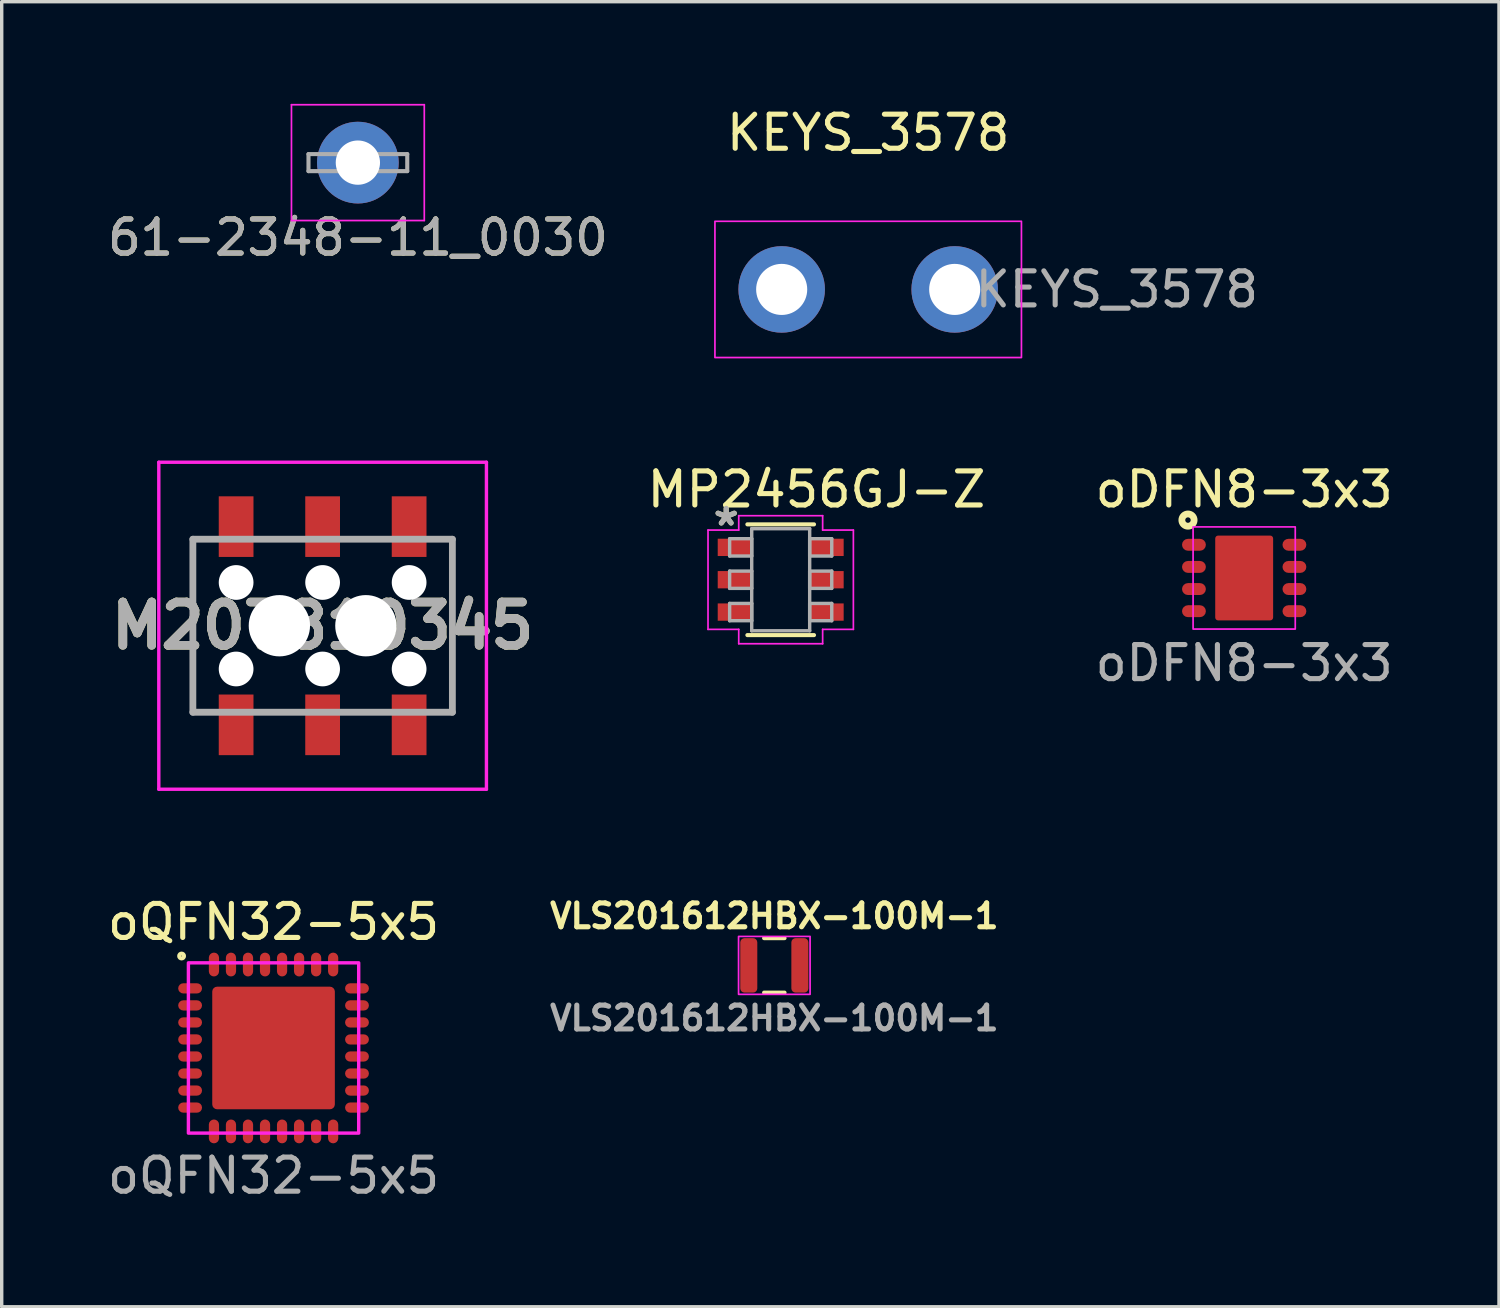
<source format=kicad_pcb>
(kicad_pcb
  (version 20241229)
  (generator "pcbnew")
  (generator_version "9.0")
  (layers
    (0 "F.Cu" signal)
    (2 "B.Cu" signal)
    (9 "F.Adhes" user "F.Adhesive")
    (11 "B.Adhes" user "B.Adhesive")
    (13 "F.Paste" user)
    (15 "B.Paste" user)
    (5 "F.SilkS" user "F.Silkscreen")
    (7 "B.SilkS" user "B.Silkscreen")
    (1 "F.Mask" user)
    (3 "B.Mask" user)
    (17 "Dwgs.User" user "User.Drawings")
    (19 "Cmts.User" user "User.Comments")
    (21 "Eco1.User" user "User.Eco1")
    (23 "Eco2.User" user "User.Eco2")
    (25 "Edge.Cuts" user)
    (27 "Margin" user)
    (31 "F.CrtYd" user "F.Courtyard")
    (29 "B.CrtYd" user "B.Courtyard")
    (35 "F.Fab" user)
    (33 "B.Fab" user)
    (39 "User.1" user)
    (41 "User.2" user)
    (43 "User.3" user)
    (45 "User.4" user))
  (footprint "MP2456GJ-Z"
    (layer "F.Cu")
    (at 19.873 13.972)
    (property "Reference" "MP2456GJ-Z" (at 1.05 -2.65 0) (layer "F.SilkS") (effects (font (size 1 1) (thickness 0.15))))
    (attr through_hole)
    (fp_line (start -0.978 1.626) (end 0.978 1.626) (stroke (width 0.12) (type solid)) (layer "F.SilkS"))
    (fp_line (start 0.978 -1.626) (end -0.978 -1.626) (stroke (width 0.12) (type solid)) (layer "F.SilkS"))
    (fp_line (start -2.134 -1.458) (end -1.232 -1.458) (stroke (width 0.05) (type solid)) (layer "F.CrtYd"))
    (fp_line (start -2.134 1.458) (end -2.134 -1.458) (stroke (width 0.05) (type solid)) (layer "F.CrtYd"))
    (fp_line (start -1.232 -1.88) (end 1.232 -1.88) (stroke (width 0.05) (type solid)) (layer "F.CrtYd"))
    (fp_line (start -1.232 -1.458) (end -1.232 -1.88) (stroke (width 0.05) (type solid)) (layer "F.CrtYd"))
    (fp_line (start -1.232 1.458) (end -2.134 1.458) (stroke (width 0.05) (type solid)) (layer "F.CrtYd"))
    (fp_line (start -1.232 1.88) (end -1.232 1.458) (stroke (width 0.05) (type solid)) (layer "F.CrtYd"))
    (fp_line (start 1.232 -1.88) (end 1.232 -1.458) (stroke (width 0.05) (type solid)) (layer "F.CrtYd"))
    (fp_line (start 1.232 -1.458) (end 2.134 -1.458) (stroke (width 0.05) (type solid)) (layer "F.CrtYd"))
    (fp_line (start 1.232 1.458) (end 1.232 1.88) (stroke (width 0.05) (type solid)) (layer "F.CrtYd"))
    (fp_line (start 1.232 1.88) (end -1.232 1.88) (stroke (width 0.05) (type solid)) (layer "F.CrtYd"))
    (fp_line (start 2.134 -1.458) (end 2.134 1.458) (stroke (width 0.05) (type solid)) (layer "F.CrtYd"))
    (fp_line (start 2.134 1.458) (end 1.232 1.458) (stroke (width 0.05) (type solid)) (layer "F.CrtYd"))
    (fp_line (start -1.499 -1.204) (end -1.499 -0.696) (stroke (width 0.1) (type solid)) (layer "F.Fab"))
    (fp_line (start -1.499 -0.696) (end -0.851 -0.696) (stroke (width 0.1) (type solid)) (layer "F.Fab"))
    (fp_line (start -1.499 -0.254) (end -1.499 0.254) (stroke (width 0.1) (type solid)) (layer "F.Fab"))
    (fp_line (start -1.499 0.254) (end -0.851 0.254) (stroke (width 0.1) (type solid)) (layer "F.Fab"))
    (fp_line (start -1.499 0.696) (end -1.499 1.204) (stroke (width 0.1) (type solid)) (layer "F.Fab"))
    (fp_line (start -1.499 1.204) (end -0.851 1.204) (stroke (width 0.1) (type solid)) (layer "F.Fab"))
    (fp_line (start -0.851 -1.499) (end -0.851 1.499) (stroke (width 0.1) (type solid)) (layer "F.Fab"))
    (fp_line (start -0.851 -1.204) (end -1.499 -1.204) (stroke (width 0.1) (type solid)) (layer "F.Fab"))
    (fp_line (start -0.851 -0.696) (end -0.851 -1.204) (stroke (width 0.1) (type solid)) (layer "F.Fab"))
    (fp_line (start -0.851 -0.254) (end -1.499 -0.254) (stroke (width 0.1) (type solid)) (layer "F.Fab"))
    (fp_line (start -0.851 0.254) (end -0.851 -0.254) (stroke (width 0.1) (type solid)) (layer "F.Fab"))
    (fp_line (start -0.851 0.696) (end -1.499 0.696) (stroke (width 0.1) (type solid)) (layer "F.Fab"))
    (fp_line (start -0.851 1.204) (end -0.851 0.696) (stroke (width 0.1) (type solid)) (layer "F.Fab"))
    (fp_line (start -0.851 1.499) (end 0.851 1.499) (stroke (width 0.1) (type solid)) (layer "F.Fab"))
    (fp_line (start 0.851 -1.499) (end -0.851 -1.499) (stroke (width 0.1) (type solid)) (layer "F.Fab"))
    (fp_line (start 0.851 -1.204) (end 0.851 -0.696) (stroke (width 0.1) (type solid)) (layer "F.Fab"))
    (fp_line (start 0.851 -0.696) (end 1.499 -0.696) (stroke (width 0.1) (type solid)) (layer "F.Fab"))
    (fp_line (start 0.851 -0.254) (end 0.851 0.254) (stroke (width 0.1) (type solid)) (layer "F.Fab"))
    (fp_line (start 0.851 0.254) (end 1.499 0.254) (stroke (width 0.1) (type solid)) (layer "F.Fab"))
    (fp_line (start 0.851 0.696) (end 0.851 1.204) (stroke (width 0.1) (type solid)) (layer "F.Fab"))
    (fp_line (start 0.851 1.204) (end 1.499 1.204) (stroke (width 0.1) (type solid)) (layer "F.Fab"))
    (fp_line (start 0.851 1.499) (end 0.851 -1.499) (stroke (width 0.1) (type solid)) (layer "F.Fab"))
    (fp_line (start 1.499 -1.204) (end 0.851 -1.204) (stroke (width 0.1) (type solid)) (layer "F.Fab"))
    (fp_line (start 1.499 -0.696) (end 1.499 -1.204) (stroke (width 0.1) (type solid)) (layer "F.Fab"))
    (fp_line (start 1.499 -0.254) (end 0.851 -0.254) (stroke (width 0.1) (type solid)) (layer "F.Fab"))
    (fp_line (start 1.499 0.254) (end 1.499 -0.254) (stroke (width 0.1) (type solid)) (layer "F.Fab"))
    (fp_line (start 1.499 0.696) (end 0.851 0.696) (stroke (width 0.1) (type solid)) (layer "F.Fab"))
    (fp_line (start 1.499 1.204) (end 1.499 0.696) (stroke (width 0.1) (type solid)) (layer "F.Fab"))
    (fp_text user "*" (at -1.6 -1.55 0) (layer "F.SilkS") (effects (font (size 1 1) (thickness 0.15))))
    (fp_text user "*" (at -1.6 -1.55 0) (layer "F.Fab") (effects (font (size 1 1) (thickness 0.15))))
    (pad "1" smd rect (at -1.35 -0.95) (size 0.998 0.508) (layers "F.Cu" "F.Mask" "F.Paste"))
    (pad "2" smd rect (at -1.35 0) (size 0.998 0.508) (layers "F.Cu" "F.Mask" "F.Paste"))
    (pad "3" smd rect (at -1.35 0.95) (size 0.998 0.508) (layers "F.Cu" "F.Mask" "F.Paste"))
    (pad "4" smd rect (at 1.35 0.95) (size 0.998 0.508) (layers "F.Cu" "F.Mask" "F.Paste"))
    (pad "5" smd rect (at 1.35 0) (size 0.998 0.508) (layers "F.Cu" "F.Mask" "F.Paste"))
    (pad "6" smd rect (at 1.35 -0.95) (size 0.998 0.508) (layers "F.Cu" "F.Mask" "F.Paste")))
  (footprint "61-2348-11_0030"
    (layer "F.Cu")
    (at 7.458 1.725)
    (property "Reference" "61-2348-11_0030" (at 0 2.2 0) (layer "F.SilkS") (effects (font (size 1 1) (thickness 0.15))))
    (attr through_hole)
    (fp_line (start -1.95 -1.7) (end -1.95 1.7) (stroke (width 0.05) (type solid)) (layer "F.CrtYd"))
    (fp_line (start -1.95 -1.7) (end 1.95 -1.7) (stroke (width 0.05) (type solid)) (layer "F.CrtYd"))
    (fp_line (start 1.95 1.7) (end -1.95 1.7) (stroke (width 0.05) (type solid)) (layer "F.CrtYd"))
    (fp_line (start 1.95 1.7) (end 1.95 -1.7) (stroke (width 0.05) (type solid)) (layer "F.CrtYd"))
    (fp_line (start -1.45 -0.25) (end 1.45 -0.25) (stroke (width 0.12) (type solid)) (layer "F.Fab"))
    (fp_line (start -1.45 0.25) (end -1.45 -0.25) (stroke (width 0.12) (type solid)) (layer "F.Fab"))
    (fp_line (start 1.45 -0.25) (end 1.45 0.25) (stroke (width 0.12) (type solid)) (layer "F.Fab"))
    (fp_line (start 1.45 0.25) (end -1.45 0.25) (stroke (width 0.12) (type solid)) (layer "F.Fab"))
    (fp_text user "${REFERENCE}" (at 0 2.2 0) (layer "F.Fab") (effects (font (size 1 1) (thickness 0.15))))
    (pad "1" thru_hole circle (at 0 0) (size 2.4 2.4) (drill 1.3) (layers "*.Cu" "*.Mask")))
  (footprint "VLS201612HBX-100M-1"
    (layer "F.Cu")
    (at 19.686 25.296)
    (property "Reference" "VLS201612HBX-100M-1" (at 0 -1.45 0) (unlocked yes) (layer "F.SilkS") (effects (font (size 0.7 0.7) (thickness 0.15))))
    (attr smd)
    (fp_line (start -0.3 -0.8) (end 0.3 -0.8) (stroke (width 0.12) (type solid)) (layer "F.SilkS"))
    (fp_line (start -0.3 0.8) (end 0.3 0.8) (stroke (width 0.12) (type solid)) (layer "F.SilkS"))
    (fp_rect (start -1.05 -0.85) (end 1.05 0.85) (stroke (width 0.05) (type solid)) (fill no) (layer "F.CrtYd"))
    (fp_text user "${REFERENCE}" (at 0 1.55 0) (unlocked yes) (layer "F.Fab") (effects (font (size 0.7 0.7) (thickness 0.15))))
    (pad "1" smd roundrect (at -0.75 0) (size 0.5 1.6) (layers "F.Cu" "F.Mask" "F.Paste") (roundrect_rratio 0.25))
    (pad "2" smd roundrect (at 0.75 0) (size 0.5 1.6) (layers "F.Cu" "F.Mask" "F.Paste") (roundrect_rratio 0.25)))
  (footprint "KEYS_3578"
    (layer "F.Cu")
    (at 22.442 5.448)
    (property "Reference" "KEYS_3578" (at 0 -4.6 0) (unlocked yes) (layer "F.SilkS") (effects (font (size 1 1) (thickness 0.15))))
    (attr smd)
    (fp_rect (start -4.5 -2) (end 4.5 2) (stroke (width 0.05) (type solid)) (fill no) (layer "F.CrtYd"))
    (fp_text user "${REFERENCE}" (at 7.3 0 0) (unlocked yes) (layer "F.Fab") (effects (font (size 1 1) (thickness 0.15))))
    (pad "1" thru_hole circle (at -2.54 0) (size 2.54 2.54) (drill 1.5) (layers "*.Cu" "*.Mask"))
    (pad "1" thru_hole circle (at 2.54 0) (size 2.54 2.54) (drill 1.5) (layers "*.Cu" "*.Mask")))
  (footprint "oQFN32-5x5"
    (layer "F.Cu")
    (at 4.982 27.721)
    (property "Reference" "oQFN32-5x5" (at 0 -3.7 0) (unlocked yes) (layer "F.SilkS") (effects (font (size 1 1) (thickness 0.15))))
    (attr smd)
    (fp_circle (center -2.7 -2.7) (end -2.65 -2.75) (stroke (width 0.12) (type solid)) (fill no) (layer "F.SilkS"))
    (fp_rect (start -2.5 -2.5) (end 2.5 2.5) (stroke (width 0.1) (type solid)) (fill no) (layer "F.CrtYd"))
    (fp_text user "${REFERENCE}" (at 0 3.75 0) (unlocked yes) (layer "F.Fab") (effects (font (size 1 1) (thickness 0.15))))
    (pad "1" smd roundrect (at -2.45 -1.75 90) (size 0.3 0.7) (layers "F.Cu" "F.Mask" "F.Paste") (roundrect_rratio 0.5))
    (pad "2" smd roundrect (at -2.45 -1.25 90) (size 0.3 0.7) (layers "F.Cu" "F.Mask" "F.Paste") (roundrect_rratio 0.5))
    (pad "3" smd roundrect (at -2.45 -0.75 90) (size 0.3 0.7) (layers "F.Cu" "F.Mask" "F.Paste") (roundrect_rratio 0.5))
    (pad "4" smd roundrect (at -2.45 -0.25 90) (size 0.3 0.7) (layers "F.Cu" "F.Mask" "F.Paste") (roundrect_rratio 0.5))
    (pad "5" smd roundrect (at -2.45 0.25 90) (size 0.3 0.7) (layers "F.Cu" "F.Mask" "F.Paste") (roundrect_rratio 0.5))
    (pad "6" smd roundrect (at -2.45 0.75 90) (size 0.3 0.7) (layers "F.Cu" "F.Mask" "F.Paste") (roundrect_rratio 0.5))
    (pad "7" smd roundrect (at -2.45 1.25 90) (size 0.3 0.7) (layers "F.Cu" "F.Mask" "F.Paste") (roundrect_rratio 0.5))
    (pad "8" smd roundrect (at -2.45 1.75 90) (size 0.3 0.7) (layers "F.Cu" "F.Mask" "F.Paste") (roundrect_rratio 0.5))
    (pad "9" smd roundrect (at -1.75 2.45) (size 0.3 0.7) (layers "F.Cu" "F.Mask" "F.Paste") (roundrect_rratio 0.5))
    (pad "10" smd roundrect (at -1.25 2.45) (size 0.3 0.7) (layers "F.Cu" "F.Mask" "F.Paste") (roundrect_rratio 0.5))
    (pad "11" smd roundrect (at -0.75 2.45) (size 0.3 0.7) (layers "F.Cu" "F.Mask" "F.Paste") (roundrect_rratio 0.5))
    (pad "12" smd roundrect (at -0.25 2.45) (size 0.3 0.7) (layers "F.Cu" "F.Mask" "F.Paste") (roundrect_rratio 0.5))
    (pad "13" smd roundrect (at 0.25 2.45) (size 0.3 0.7) (layers "F.Cu" "F.Mask" "F.Paste") (roundrect_rratio 0.5))
    (pad "14" smd roundrect (at 0.75 2.45) (size 0.3 0.7) (layers "F.Cu" "F.Mask" "F.Paste") (roundrect_rratio 0.5))
    (pad "15" smd roundrect (at 1.25 2.45) (size 0.3 0.7) (layers "F.Cu" "F.Mask" "F.Paste") (roundrect_rratio 0.5))
    (pad "16" smd roundrect (at 1.75 2.45) (size 0.3 0.7) (layers "F.Cu" "F.Mask" "F.Paste") (roundrect_rratio 0.5))
    (pad "17" smd roundrect (at 2.45 1.75 90) (size 0.3 0.7) (layers "F.Cu" "F.Mask" "F.Paste") (roundrect_rratio 0.5))
    (pad "18" smd roundrect (at 2.45 1.25 90) (size 0.3 0.7) (layers "F.Cu" "F.Mask" "F.Paste") (roundrect_rratio 0.5))
    (pad "19" smd roundrect (at 2.45 0.75 90) (size 0.3 0.7) (layers "F.Cu" "F.Mask" "F.Paste") (roundrect_rratio 0.5))
    (pad "20" smd roundrect (at 2.45 0.25 90) (size 0.3 0.7) (layers "F.Cu" "F.Mask" "F.Paste") (roundrect_rratio 0.5))
    (pad "21" smd roundrect (at 2.45 -0.25 90) (size 0.3 0.7) (layers "F.Cu" "F.Mask" "F.Paste") (roundrect_rratio 0.5))
    (pad "22" smd roundrect (at 2.45 -0.75 90) (size 0.3 0.7) (layers "F.Cu" "F.Mask" "F.Paste") (roundrect_rratio 0.5))
    (pad "23" smd roundrect (at 2.45 -1.25 90) (size 0.3 0.7) (layers "F.Cu" "F.Mask" "F.Paste") (roundrect_rratio 0.5))
    (pad "24" smd roundrect (at 2.45 -1.75 90) (size 0.3 0.7) (layers "F.Cu" "F.Mask" "F.Paste") (roundrect_rratio 0.5))
    (pad "25" smd roundrect (at 1.75 -2.45) (size 0.3 0.7) (layers "F.Cu" "F.Mask" "F.Paste") (roundrect_rratio 0.5))
    (pad "26" smd roundrect (at 1.25 -2.45) (size 0.3 0.7) (layers "F.Cu" "F.Mask" "F.Paste") (roundrect_rratio 0.5))
    (pad "27" smd roundrect (at 0.75 -2.45) (size 0.3 0.7) (layers "F.Cu" "F.Mask" "F.Paste") (roundrect_rratio 0.5))
    (pad "28" smd roundrect (at 0.25 -2.45) (size 0.3 0.7) (layers "F.Cu" "F.Mask" "F.Paste") (roundrect_rratio 0.5))
    (pad "29" smd roundrect (at -0.25 -2.45) (size 0.3 0.7) (layers "F.Cu" "F.Mask" "F.Paste") (roundrect_rratio 0.5))
    (pad "30" smd roundrect (at -0.75 -2.45) (size 0.3 0.7) (layers "F.Cu" "F.Mask" "F.Paste") (roundrect_rratio 0.5))
    (pad "31" smd roundrect (at -1.25 -2.45) (size 0.3 0.7) (layers "F.Cu" "F.Mask" "F.Paste") (roundrect_rratio 0.5))
    (pad "32" smd roundrect (at -1.75 -2.45) (size 0.3 0.7) (layers "F.Cu" "F.Mask" "F.Paste") (roundrect_rratio 0.5))
    (pad "33" smd roundrect (at 0 0) (size 3.6 3.6) (layers "F.Cu" "F.Mask" "F.Paste") (roundrect_rratio 0.04)))
  (footprint "M207810345"
    (layer "F.Cu")
    (at 6.423 15.323)
    (property "Reference" "M207810345" (at 0 0 0) (layer "F.SilkS") (effects (font (size 1.27 1.27) (thickness 0.254))))
    (attr through_hole)
    (fp_line (start -3.81 -2.54) (end -3.81 2.54) (stroke (width 0.1) (type solid)) (layer "F.SilkS"))
    (fp_line (start 3.81 -2.54) (end 3.81 2.54) (stroke (width 0.1) (type solid)) (layer "F.SilkS"))
    (fp_line (start -4.81 -4.8) (end 4.81 -4.8) (stroke (width 0.1) (type solid)) (layer "F.CrtYd"))
    (fp_line (start -4.81 4.8) (end -4.81 -4.8) (stroke (width 0.1) (type solid)) (layer "F.CrtYd"))
    (fp_line (start 4.81 -4.8) (end 4.81 4.8) (stroke (width 0.1) (type solid)) (layer "F.CrtYd"))
    (fp_line (start 4.81 4.8) (end -4.81 4.8) (stroke (width 0.1) (type solid)) (layer "F.CrtYd"))
    (fp_line (start -3.81 -2.54) (end 3.81 -2.54) (stroke (width 0.2) (type solid)) (layer "F.Fab"))
    (fp_line (start -3.81 2.54) (end -3.81 -2.54) (stroke (width 0.2) (type solid)) (layer "F.Fab"))
    (fp_line (start 3.81 -2.54) (end 3.81 2.54) (stroke (width 0.2) (type solid)) (layer "F.Fab"))
    (fp_line (start 3.81 2.54) (end -3.81 2.54) (stroke (width 0.2) (type solid)) (layer "F.Fab"))
    (fp_text user "${REFERENCE}" (at 0 0 0) (layer "F.Fab") (effects (font (size 1.27 1.27) (thickness 0.254))))
    (pad "" np_thru_hole circle (at -2.54 -1.27) (size 1.02 1.02) (drill 1.02) (layers "*.Cu" "*.Mask"))
    (pad "" np_thru_hole circle (at -2.54 1.27) (size 1.02 1.02) (drill 1.02) (layers "*.Cu" "*.Mask"))
    (pad "" np_thru_hole circle (at -1.27 0) (size 1.8 1.8) (drill 1.8) (layers "*.Cu" "*.Mask"))
    (pad "" np_thru_hole circle (at 0 -1.27) (size 1.02 1.02) (drill 1.02) (layers "*.Cu" "*.Mask"))
    (pad "" np_thru_hole circle (at 0 1.27) (size 1.02 1.02) (drill 1.02) (layers "*.Cu" "*.Mask"))
    (pad "" np_thru_hole circle (at 1.27 0) (size 1.8 1.8) (drill 1.8) (layers "*.Cu" "*.Mask"))
    (pad "" np_thru_hole circle (at 2.54 -1.27) (size 1.02 1.02) (drill 1.02) (layers "*.Cu" "*.Mask"))
    (pad "" np_thru_hole circle (at 2.54 1.27) (size 1.02 1.02) (drill 1.02) (layers "*.Cu" "*.Mask"))
    (pad "1" smd rect (at -2.54 2.91) (size 1.02 1.78) (layers "F.Cu" "F.Mask" "F.Paste"))
    (pad "2" smd rect (at -2.54 -2.91) (size 1.02 1.78) (layers "F.Cu" "F.Mask" "F.Paste"))
    (pad "3" smd rect (at 0 2.91) (size 1.02 1.78) (layers "F.Cu" "F.Mask" "F.Paste"))
    (pad "4" smd rect (at 0 -2.91) (size 1.02 1.78) (layers "F.Cu" "F.Mask" "F.Paste"))
    (pad "5" smd rect (at 2.54 2.91) (size 1.02 1.78) (layers "F.Cu" "F.Mask" "F.Paste"))
    (pad "6" smd rect (at 2.54 -2.91) (size 1.02 1.78) (layers "F.Cu" "F.Mask" "F.Paste")))
  (footprint "oDFN8-3x3"
    (layer "F.Cu")
    (at 33.482 13.921)
    (property "Reference" "oDFN8-3x3" (at 0 -2.6 0) (unlocked yes) (layer "F.SilkS") (effects (font (size 1 1) (thickness 0.15))))
    (attr smd)
    (fp_circle (center -1.65 -1.7) (end -1.57 -1.7) (stroke (width 0.2) (type solid)) (fill no) (layer "F.SilkS"))
    (fp_rect (start -1.5 -1.5) (end 1.5 1.5) (stroke (width 0.05) (type solid)) (fill no) (layer "F.CrtYd"))
    (fp_text user "${REFERENCE}" (at 0 2.5 0) (unlocked yes) (layer "F.Fab") (effects (font (size 1 1) (thickness 0.15))))
    (pad "1" smd roundrect (at -1.475 -0.975) (size 0.7 0.35) (layers "F.Cu" "F.Mask" "F.Paste") (roundrect_rratio 0.5))
    (pad "2" smd roundrect (at -1.475 -0.325) (size 0.7 0.35) (layers "F.Cu" "F.Mask" "F.Paste") (roundrect_rratio 0.5))
    (pad "3" smd roundrect (at -1.475 0.325) (size 0.7 0.35) (layers "F.Cu" "F.Mask" "F.Paste") (roundrect_rratio 0.5))
    (pad "4" smd roundrect (at -1.475 0.975) (size 0.7 0.35) (layers "F.Cu" "F.Mask" "F.Paste") (roundrect_rratio 0.5))
    (pad "5" smd roundrect (at 1.475 0.975) (size 0.7 0.35) (layers "F.Cu" "F.Mask" "F.Paste") (roundrect_rratio 0.5))
    (pad "6" smd roundrect (at 1.475 0.325) (size 0.7 0.35) (layers "F.Cu" "F.Mask" "F.Paste") (roundrect_rratio 0.5))
    (pad "7" smd roundrect (at 1.475 -0.325) (size 0.7 0.35) (layers "F.Cu" "F.Mask" "F.Paste") (roundrect_rratio 0.5))
    (pad "8" smd roundrect (at 1.475 -0.975) (size 0.7 0.35) (layers "F.Cu" "F.Mask" "F.Paste") (roundrect_rratio 0.5))
    (pad "9" smd roundrect (at 0 0) (size 1.7 2.49) (layers "F.Cu" "F.Mask" "F.Paste") (roundrect_rratio 0.05)))
  (gr_rect
    (start -3 -3)
    (end 40.964 35.32)
    (stroke (width 0.1) (type default))
    (fill no)
    (layer "Edge.Cuts")))
</source>
